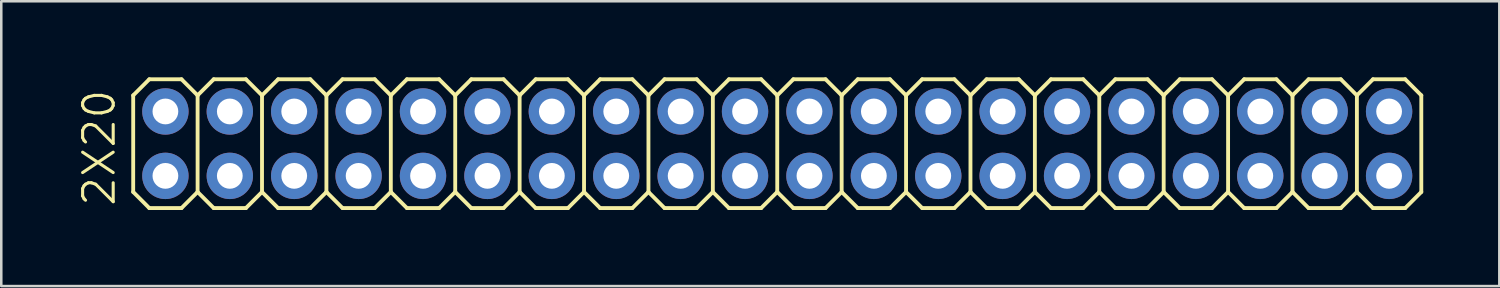
<source format=kicad_pcb>
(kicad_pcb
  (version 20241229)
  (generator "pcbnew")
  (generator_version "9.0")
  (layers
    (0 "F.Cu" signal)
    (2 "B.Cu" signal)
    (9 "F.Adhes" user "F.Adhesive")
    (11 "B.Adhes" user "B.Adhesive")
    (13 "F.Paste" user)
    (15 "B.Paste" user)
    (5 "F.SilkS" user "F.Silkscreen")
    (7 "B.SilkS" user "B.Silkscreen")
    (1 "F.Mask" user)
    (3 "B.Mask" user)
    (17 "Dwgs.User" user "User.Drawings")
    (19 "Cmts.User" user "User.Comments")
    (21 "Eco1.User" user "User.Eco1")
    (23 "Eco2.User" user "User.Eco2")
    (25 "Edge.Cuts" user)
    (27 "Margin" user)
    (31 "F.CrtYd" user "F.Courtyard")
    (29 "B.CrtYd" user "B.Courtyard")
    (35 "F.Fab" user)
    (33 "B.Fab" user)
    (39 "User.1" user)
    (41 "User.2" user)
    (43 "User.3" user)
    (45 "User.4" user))
  (footprint "2X20"
    (layer "F.Cu")
    (at 27.603 2.616)
    (property "Reference" "2X20" (at -26.035 2.54 90) (layer "F.SilkS") (effects (font (size 1.206 1.206) (thickness 0.121)) (justify left bottom)))
    (attr through_hole)
    (fp_line (start -25.4 -1.905) (end -24.765 -2.54) (stroke (width 0.152) (type solid)) (layer "F.SilkS"))
    (fp_line (start -25.4 1.905) (end -25.4 -1.905) (stroke (width 0.152) (type solid)) (layer "F.SilkS"))
    (fp_line (start -25.4 1.905) (end -24.765 2.54) (stroke (width 0.152) (type solid)) (layer "F.SilkS"))
    (fp_line (start -24.765 -2.54) (end -23.495 -2.54) (stroke (width 0.152) (type solid)) (layer "F.SilkS"))
    (fp_line (start -24.765 2.54) (end -23.495 2.54) (stroke (width 0.152) (type solid)) (layer "F.SilkS"))
    (fp_line (start -23.495 -2.54) (end -22.86 -1.905) (stroke (width 0.152) (type solid)) (layer "F.SilkS"))
    (fp_line (start -23.495 2.54) (end -22.86 1.905) (stroke (width 0.152) (type solid)) (layer "F.SilkS"))
    (fp_line (start -22.86 -1.905) (end -22.86 1.905) (stroke (width 0.152) (type solid)) (layer "F.SilkS"))
    (fp_line (start -22.86 -1.905) (end -22.225 -2.54) (stroke (width 0.152) (type solid)) (layer "F.SilkS"))
    (fp_line (start -22.86 1.905) (end -22.225 2.54) (stroke (width 0.152) (type solid)) (layer "F.SilkS"))
    (fp_line (start -22.225 -2.54) (end -20.955 -2.54) (stroke (width 0.152) (type solid)) (layer "F.SilkS"))
    (fp_line (start -22.225 2.54) (end -20.955 2.54) (stroke (width 0.152) (type solid)) (layer "F.SilkS"))
    (fp_line (start -20.955 -2.54) (end -20.32 -1.905) (stroke (width 0.152) (type solid)) (layer "F.SilkS"))
    (fp_line (start -20.955 2.54) (end -20.32 1.905) (stroke (width 0.152) (type solid)) (layer "F.SilkS"))
    (fp_line (start -20.32 -1.905) (end -20.32 1.905) (stroke (width 0.152) (type solid)) (layer "F.SilkS"))
    (fp_line (start -20.32 -1.905) (end -19.685 -2.54) (stroke (width 0.152) (type solid)) (layer "F.SilkS"))
    (fp_line (start -20.32 1.905) (end -19.685 2.54) (stroke (width 0.152) (type solid)) (layer "F.SilkS"))
    (fp_line (start -19.685 -2.54) (end -18.415 -2.54) (stroke (width 0.152) (type solid)) (layer "F.SilkS"))
    (fp_line (start -19.685 2.54) (end -18.415 2.54) (stroke (width 0.152) (type solid)) (layer "F.SilkS"))
    (fp_line (start -18.415 -2.54) (end -17.78 -1.905) (stroke (width 0.152) (type solid)) (layer "F.SilkS"))
    (fp_line (start -18.415 2.54) (end -17.78 1.905) (stroke (width 0.152) (type solid)) (layer "F.SilkS"))
    (fp_line (start -17.78 -1.905) (end -17.78 1.905) (stroke (width 0.152) (type solid)) (layer "F.SilkS"))
    (fp_line (start -17.78 -1.905) (end -17.145 -2.54) (stroke (width 0.152) (type solid)) (layer "F.SilkS"))
    (fp_line (start -17.78 1.905) (end -17.145 2.54) (stroke (width 0.152) (type solid)) (layer "F.SilkS"))
    (fp_line (start -17.145 -2.54) (end -15.875 -2.54) (stroke (width 0.152) (type solid)) (layer "F.SilkS"))
    (fp_line (start -17.145 2.54) (end -15.875 2.54) (stroke (width 0.152) (type solid)) (layer "F.SilkS"))
    (fp_line (start -15.875 -2.54) (end -15.24 -1.905) (stroke (width 0.152) (type solid)) (layer "F.SilkS"))
    (fp_line (start -15.875 2.54) (end -15.24 1.905) (stroke (width 0.152) (type solid)) (layer "F.SilkS"))
    (fp_line (start -15.24 -1.905) (end -15.24 1.905) (stroke (width 0.152) (type solid)) (layer "F.SilkS"))
    (fp_line (start -15.24 -1.905) (end -14.605 -2.54) (stroke (width 0.152) (type solid)) (layer "F.SilkS"))
    (fp_line (start -15.24 1.905) (end -14.605 2.54) (stroke (width 0.152) (type solid)) (layer "F.SilkS"))
    (fp_line (start -14.605 -2.54) (end -13.335 -2.54) (stroke (width 0.152) (type solid)) (layer "F.SilkS"))
    (fp_line (start -14.605 2.54) (end -13.335 2.54) (stroke (width 0.152) (type solid)) (layer "F.SilkS"))
    (fp_line (start -13.335 -2.54) (end -12.7 -1.905) (stroke (width 0.152) (type solid)) (layer "F.SilkS"))
    (fp_line (start -13.335 2.54) (end -12.7 1.905) (stroke (width 0.152) (type solid)) (layer "F.SilkS"))
    (fp_line (start -12.7 -1.905) (end -12.7 1.905) (stroke (width 0.152) (type solid)) (layer "F.SilkS"))
    (fp_line (start -12.7 -1.905) (end -12.065 -2.54) (stroke (width 0.152) (type solid)) (layer "F.SilkS"))
    (fp_line (start -12.7 1.905) (end -12.065 2.54) (stroke (width 0.152) (type solid)) (layer "F.SilkS"))
    (fp_line (start -12.065 -2.54) (end -10.795 -2.54) (stroke (width 0.152) (type solid)) (layer "F.SilkS"))
    (fp_line (start -12.065 2.54) (end -10.795 2.54) (stroke (width 0.152) (type solid)) (layer "F.SilkS"))
    (fp_line (start -10.795 -2.54) (end -10.16 -1.905) (stroke (width 0.152) (type solid)) (layer "F.SilkS"))
    (fp_line (start -10.795 2.54) (end -10.16 1.905) (stroke (width 0.152) (type solid)) (layer "F.SilkS"))
    (fp_line (start -10.16 -1.905) (end -10.16 1.905) (stroke (width 0.152) (type solid)) (layer "F.SilkS"))
    (fp_line (start -10.16 -1.905) (end -9.525 -2.54) (stroke (width 0.152) (type solid)) (layer "F.SilkS"))
    (fp_line (start -10.16 1.905) (end -9.525 2.54) (stroke (width 0.152) (type solid)) (layer "F.SilkS"))
    (fp_line (start -9.525 -2.54) (end -8.255 -2.54) (stroke (width 0.152) (type solid)) (layer "F.SilkS"))
    (fp_line (start -8.255 -2.54) (end -7.62 -1.905) (stroke (width 0.152) (type solid)) (layer "F.SilkS"))
    (fp_line (start -8.255 2.54) (end -9.525 2.54) (stroke (width 0.152) (type solid)) (layer "F.SilkS"))
    (fp_line (start -7.62 -1.905) (end -7.62 1.905) (stroke (width 0.152) (type solid)) (layer "F.SilkS"))
    (fp_line (start -7.62 -1.905) (end -6.985 -2.54) (stroke (width 0.152) (type solid)) (layer "F.SilkS"))
    (fp_line (start -7.62 1.905) (end -8.255 2.54) (stroke (width 0.152) (type solid)) (layer "F.SilkS"))
    (fp_line (start -7.62 1.905) (end -6.985 2.54) (stroke (width 0.152) (type solid)) (layer "F.SilkS"))
    (fp_line (start -6.985 -2.54) (end -5.715 -2.54) (stroke (width 0.152) (type solid)) (layer "F.SilkS"))
    (fp_line (start -5.715 -2.54) (end -5.08 -1.905) (stroke (width 0.152) (type solid)) (layer "F.SilkS"))
    (fp_line (start -5.715 2.54) (end -6.985 2.54) (stroke (width 0.152) (type solid)) (layer "F.SilkS"))
    (fp_line (start -5.08 -1.905) (end -5.08 1.905) (stroke (width 0.152) (type solid)) (layer "F.SilkS"))
    (fp_line (start -5.08 -1.905) (end -4.445 -2.54) (stroke (width 0.152) (type solid)) (layer "F.SilkS"))
    (fp_line (start -5.08 1.905) (end -5.715 2.54) (stroke (width 0.152) (type solid)) (layer "F.SilkS"))
    (fp_line (start -5.08 1.905) (end -4.445 2.54) (stroke (width 0.152) (type solid)) (layer "F.SilkS"))
    (fp_line (start -4.445 -2.54) (end -3.175 -2.54) (stroke (width 0.152) (type solid)) (layer "F.SilkS"))
    (fp_line (start -3.175 -2.54) (end -2.54 -1.905) (stroke (width 0.152) (type solid)) (layer "F.SilkS"))
    (fp_line (start -3.175 2.54) (end -4.445 2.54) (stroke (width 0.152) (type solid)) (layer "F.SilkS"))
    (fp_line (start -2.54 -1.905) (end -2.54 1.905) (stroke (width 0.152) (type solid)) (layer "F.SilkS"))
    (fp_line (start -2.54 -1.905) (end -1.905 -2.54) (stroke (width 0.152) (type solid)) (layer "F.SilkS"))
    (fp_line (start -2.54 1.905) (end -3.175 2.54) (stroke (width 0.152) (type solid)) (layer "F.SilkS"))
    (fp_line (start -2.54 1.905) (end -1.905 2.54) (stroke (width 0.152) (type solid)) (layer "F.SilkS"))
    (fp_line (start -1.905 -2.54) (end -0.635 -2.54) (stroke (width 0.152) (type solid)) (layer "F.SilkS"))
    (fp_line (start -0.635 -2.54) (end 0 -1.905) (stroke (width 0.152) (type solid)) (layer "F.SilkS"))
    (fp_line (start -0.635 2.54) (end -1.905 2.54) (stroke (width 0.152) (type solid)) (layer "F.SilkS"))
    (fp_line (start 0 -1.905) (end 0 1.905) (stroke (width 0.152) (type solid)) (layer "F.SilkS"))
    (fp_line (start 0 -1.905) (end 0.635 -2.54) (stroke (width 0.152) (type solid)) (layer "F.SilkS"))
    (fp_line (start 0 1.905) (end -0.635 2.54) (stroke (width 0.152) (type solid)) (layer "F.SilkS"))
    (fp_line (start 0 1.905) (end 0.635 2.54) (stroke (width 0.152) (type solid)) (layer "F.SilkS"))
    (fp_line (start 0.635 -2.54) (end 1.905 -2.54) (stroke (width 0.152) (type solid)) (layer "F.SilkS"))
    (fp_line (start 1.905 -2.54) (end 2.54 -1.905) (stroke (width 0.152) (type solid)) (layer "F.SilkS"))
    (fp_line (start 1.905 2.54) (end 0.635 2.54) (stroke (width 0.152) (type solid)) (layer "F.SilkS"))
    (fp_line (start 2.54 -1.905) (end 2.54 1.905) (stroke (width 0.152) (type solid)) (layer "F.SilkS"))
    (fp_line (start 2.54 -1.905) (end 3.175 -2.54) (stroke (width 0.152) (type solid)) (layer "F.SilkS"))
    (fp_line (start 2.54 1.905) (end 1.905 2.54) (stroke (width 0.152) (type solid)) (layer "F.SilkS"))
    (fp_line (start 2.54 1.905) (end 3.175 2.54) (stroke (width 0.152) (type solid)) (layer "F.SilkS"))
    (fp_line (start 3.175 -2.54) (end 4.445 -2.54) (stroke (width 0.152) (type solid)) (layer "F.SilkS"))
    (fp_line (start 4.445 2.54) (end 3.175 2.54) (stroke (width 0.152) (type solid)) (layer "F.SilkS"))
    (fp_line (start 5.08 -1.905) (end 4.445 -2.54) (stroke (width 0.152) (type solid)) (layer "F.SilkS"))
    (fp_line (start 5.08 -1.905) (end 5.08 1.905) (stroke (width 0.152) (type solid)) (layer "F.SilkS"))
    (fp_line (start 5.08 -1.905) (end 5.715 -2.54) (stroke (width 0.152) (type solid)) (layer "F.SilkS"))
    (fp_line (start 5.08 1.905) (end 4.445 2.54) (stroke (width 0.152) (type solid)) (layer "F.SilkS"))
    (fp_line (start 5.08 1.905) (end 5.715 2.54) (stroke (width 0.152) (type solid)) (layer "F.SilkS"))
    (fp_line (start 6.985 -2.54) (end 5.715 -2.54) (stroke (width 0.152) (type solid)) (layer "F.SilkS"))
    (fp_line (start 6.985 -2.54) (end 7.62 -1.905) (stroke (width 0.152) (type solid)) (layer "F.SilkS"))
    (fp_line (start 6.985 2.54) (end 5.715 2.54) (stroke (width 0.152) (type solid)) (layer "F.SilkS"))
    (fp_line (start 7.62 -1.905) (end 7.62 1.905) (stroke (width 0.152) (type solid)) (layer "F.SilkS"))
    (fp_line (start 7.62 -1.905) (end 8.255 -2.54) (stroke (width 0.152) (type solid)) (layer "F.SilkS"))
    (fp_line (start 7.62 1.905) (end 6.985 2.54) (stroke (width 0.152) (type solid)) (layer "F.SilkS"))
    (fp_line (start 7.62 1.905) (end 8.255 2.54) (stroke (width 0.152) (type solid)) (layer "F.SilkS"))
    (fp_line (start 9.525 -2.54) (end 8.255 -2.54) (stroke (width 0.152) (type solid)) (layer "F.SilkS"))
    (fp_line (start 9.525 -2.54) (end 10.16 -1.905) (stroke (width 0.152) (type solid)) (layer "F.SilkS"))
    (fp_line (start 9.525 2.54) (end 8.255 2.54) (stroke (width 0.152) (type solid)) (layer "F.SilkS"))
    (fp_line (start 10.16 -1.905) (end 10.16 1.905) (stroke (width 0.152) (type solid)) (layer "F.SilkS"))
    (fp_line (start 10.16 -1.905) (end 10.795 -2.54) (stroke (width 0.152) (type solid)) (layer "F.SilkS"))
    (fp_line (start 10.16 1.905) (end 9.525 2.54) (stroke (width 0.152) (type solid)) (layer "F.SilkS"))
    (fp_line (start 10.795 2.54) (end 10.16 1.905) (stroke (width 0.152) (type solid)) (layer "F.SilkS"))
    (fp_line (start 10.795 2.54) (end 12.065 2.54) (stroke (width 0.152) (type solid)) (layer "F.SilkS"))
    (fp_line (start 12.065 -2.54) (end 10.795 -2.54) (stroke (width 0.152) (type solid)) (layer "F.SilkS"))
    (fp_line (start 12.065 -2.54) (end 12.7 -1.905) (stroke (width 0.152) (type solid)) (layer "F.SilkS"))
    (fp_line (start 12.7 -1.905) (end 12.7 1.905) (stroke (width 0.152) (type solid)) (layer "F.SilkS"))
    (fp_line (start 12.7 -1.905) (end 13.335 -2.54) (stroke (width 0.152) (type solid)) (layer "F.SilkS"))
    (fp_line (start 12.7 1.905) (end 12.065 2.54) (stroke (width 0.152) (type solid)) (layer "F.SilkS"))
    (fp_line (start 13.335 2.54) (end 12.7 1.905) (stroke (width 0.152) (type solid)) (layer "F.SilkS"))
    (fp_line (start 13.335 2.54) (end 14.605 2.54) (stroke (width 0.152) (type solid)) (layer "F.SilkS"))
    (fp_line (start 14.605 -2.54) (end 13.335 -2.54) (stroke (width 0.152) (type solid)) (layer "F.SilkS"))
    (fp_line (start 14.605 -2.54) (end 15.24 -1.905) (stroke (width 0.152) (type solid)) (layer "F.SilkS"))
    (fp_line (start 15.24 -1.905) (end 15.24 1.905) (stroke (width 0.152) (type solid)) (layer "F.SilkS"))
    (fp_line (start 15.24 -1.905) (end 15.875 -2.54) (stroke (width 0.152) (type solid)) (layer "F.SilkS"))
    (fp_line (start 15.24 1.905) (end 14.605 2.54) (stroke (width 0.152) (type solid)) (layer "F.SilkS"))
    (fp_line (start 15.24 1.905) (end 15.875 2.54) (stroke (width 0.152) (type solid)) (layer "F.SilkS"))
    (fp_line (start 17.145 -2.54) (end 15.875 -2.54) (stroke (width 0.152) (type solid)) (layer "F.SilkS"))
    (fp_line (start 17.145 -2.54) (end 17.78 -1.905) (stroke (width 0.152) (type solid)) (layer "F.SilkS"))
    (fp_line (start 17.145 2.54) (end 15.875 2.54) (stroke (width 0.152) (type solid)) (layer "F.SilkS"))
    (fp_line (start 17.78 -1.905) (end 17.78 1.905) (stroke (width 0.152) (type solid)) (layer "F.SilkS"))
    (fp_line (start 17.78 -1.905) (end 18.415 -2.54) (stroke (width 0.152) (type solid)) (layer "F.SilkS"))
    (fp_line (start 17.78 1.905) (end 17.145 2.54) (stroke (width 0.152) (type solid)) (layer "F.SilkS"))
    (fp_line (start 17.78 1.905) (end 18.415 2.54) (stroke (width 0.152) (type solid)) (layer "F.SilkS"))
    (fp_line (start 19.685 -2.54) (end 18.415 -2.54) (stroke (width 0.152) (type solid)) (layer "F.SilkS"))
    (fp_line (start 19.685 -2.54) (end 20.32 -1.905) (stroke (width 0.152) (type solid)) (layer "F.SilkS"))
    (fp_line (start 19.685 2.54) (end 18.415 2.54) (stroke (width 0.152) (type solid)) (layer "F.SilkS"))
    (fp_line (start 20.32 -1.905) (end 20.32 1.905) (stroke (width 0.152) (type solid)) (layer "F.SilkS"))
    (fp_line (start 20.32 -1.905) (end 20.955 -2.54) (stroke (width 0.152) (type solid)) (layer "F.SilkS"))
    (fp_line (start 20.32 1.905) (end 19.685 2.54) (stroke (width 0.152) (type solid)) (layer "F.SilkS"))
    (fp_line (start 20.32 1.905) (end 20.955 2.54) (stroke (width 0.152) (type solid)) (layer "F.SilkS"))
    (fp_line (start 22.225 -2.54) (end 20.955 -2.54) (stroke (width 0.152) (type solid)) (layer "F.SilkS"))
    (fp_line (start 22.225 -2.54) (end 22.86 -1.905) (stroke (width 0.152) (type solid)) (layer "F.SilkS"))
    (fp_line (start 22.225 2.54) (end 20.955 2.54) (stroke (width 0.152) (type solid)) (layer "F.SilkS"))
    (fp_line (start 22.86 -1.905) (end 22.86 1.905) (stroke (width 0.152) (type solid)) (layer "F.SilkS"))
    (fp_line (start 22.86 -1.905) (end 23.495 -2.54) (stroke (width 0.152) (type solid)) (layer "F.SilkS"))
    (fp_line (start 22.86 1.905) (end 22.225 2.54) (stroke (width 0.152) (type solid)) (layer "F.SilkS"))
    (fp_line (start 22.86 1.905) (end 23.495 2.54) (stroke (width 0.152) (type solid)) (layer "F.SilkS"))
    (fp_line (start 24.765 -2.54) (end 23.495 -2.54) (stroke (width 0.152) (type solid)) (layer "F.SilkS"))
    (fp_line (start 24.765 -2.54) (end 25.4 -1.905) (stroke (width 0.152) (type solid)) (layer "F.SilkS"))
    (fp_line (start 24.765 2.54) (end 23.495 2.54) (stroke (width 0.152) (type solid)) (layer "F.SilkS"))
    (fp_line (start 25.4 -1.905) (end 25.4 1.905) (stroke (width 0.152) (type solid)) (layer "F.SilkS"))
    (fp_line (start 25.4 1.905) (end 24.765 2.54) (stroke (width 0.152) (type solid)) (layer "F.SilkS"))
    (fp_poly (pts (xy -24.384 -1.016) (xy -23.876 -1.016) (xy -23.876 -1.524) (xy -24.384 -1.524)) (stroke (width 0.1) (type solid)) (fill no) (layer "F.Fab"))
    (fp_poly (pts (xy -24.384 1.524) (xy -23.876 1.524) (xy -23.876 1.016) (xy -24.384 1.016)) (stroke (width 0.1) (type solid)) (fill no) (layer "F.Fab"))
    (fp_poly (pts (xy -21.844 -1.016) (xy -21.336 -1.016) (xy -21.336 -1.524) (xy -21.844 -1.524)) (stroke (width 0.1) (type solid)) (fill no) (layer "F.Fab"))
    (fp_poly (pts (xy -21.844 1.524) (xy -21.336 1.524) (xy -21.336 1.016) (xy -21.844 1.016)) (stroke (width 0.1) (type solid)) (fill no) (layer "F.Fab"))
    (fp_poly (pts (xy -19.304 -1.016) (xy -18.796 -1.016) (xy -18.796 -1.524) (xy -19.304 -1.524)) (stroke (width 0.1) (type solid)) (fill no) (layer "F.Fab"))
    (fp_poly (pts (xy -19.304 1.524) (xy -18.796 1.524) (xy -18.796 1.016) (xy -19.304 1.016)) (stroke (width 0.1) (type solid)) (fill no) (layer "F.Fab"))
    (fp_poly (pts (xy -16.764 -1.016) (xy -16.256 -1.016) (xy -16.256 -1.524) (xy -16.764 -1.524)) (stroke (width 0.1) (type solid)) (fill no) (layer "F.Fab"))
    (fp_poly (pts (xy -16.764 1.524) (xy -16.256 1.524) (xy -16.256 1.016) (xy -16.764 1.016)) (stroke (width 0.1) (type solid)) (fill no) (layer "F.Fab"))
    (fp_poly (pts (xy -14.224 -1.016) (xy -13.716 -1.016) (xy -13.716 -1.524) (xy -14.224 -1.524)) (stroke (width 0.1) (type solid)) (fill no) (layer "F.Fab"))
    (fp_poly (pts (xy -14.224 1.524) (xy -13.716 1.524) (xy -13.716 1.016) (xy -14.224 1.016)) (stroke (width 0.1) (type solid)) (fill no) (layer "F.Fab"))
    (fp_poly (pts (xy -11.684 -1.016) (xy -11.176 -1.016) (xy -11.176 -1.524) (xy -11.684 -1.524)) (stroke (width 0.1) (type solid)) (fill no) (layer "F.Fab"))
    (fp_poly (pts (xy -11.684 1.524) (xy -11.176 1.524) (xy -11.176 1.016) (xy -11.684 1.016)) (stroke (width 0.1) (type solid)) (fill no) (layer "F.Fab"))
    (fp_poly (pts (xy -9.144 -1.016) (xy -8.636 -1.016) (xy -8.636 -1.524) (xy -9.144 -1.524)) (stroke (width 0.1) (type solid)) (fill no) (layer "F.Fab"))
    (fp_poly (pts (xy -9.144 1.524) (xy -8.636 1.524) (xy -8.636 1.016) (xy -9.144 1.016)) (stroke (width 0.1) (type solid)) (fill no) (layer "F.Fab"))
    (fp_poly (pts (xy -6.604 -1.016) (xy -6.096 -1.016) (xy -6.096 -1.524) (xy -6.604 -1.524)) (stroke (width 0.1) (type solid)) (fill no) (layer "F.Fab"))
    (fp_poly (pts (xy -6.604 1.524) (xy -6.096 1.524) (xy -6.096 1.016) (xy -6.604 1.016)) (stroke (width 0.1) (type solid)) (fill no) (layer "F.Fab"))
    (fp_poly (pts (xy -4.064 -1.016) (xy -3.556 -1.016) (xy -3.556 -1.524) (xy -4.064 -1.524)) (stroke (width 0.1) (type solid)) (fill no) (layer "F.Fab"))
    (fp_poly (pts (xy -4.064 1.524) (xy -3.556 1.524) (xy -3.556 1.016) (xy -4.064 1.016)) (stroke (width 0.1) (type solid)) (fill no) (layer "F.Fab"))
    (fp_poly (pts (xy -1.524 -1.016) (xy -1.016 -1.016) (xy -1.016 -1.524) (xy -1.524 -1.524)) (stroke (width 0.1) (type solid)) (fill no) (layer "F.Fab"))
    (fp_poly (pts (xy -1.524 1.524) (xy -1.016 1.524) (xy -1.016 1.016) (xy -1.524 1.016)) (stroke (width 0.1) (type solid)) (fill no) (layer "F.Fab"))
    (fp_poly (pts (xy 1.016 -1.016) (xy 1.524 -1.016) (xy 1.524 -1.524) (xy 1.016 -1.524)) (stroke (width 0.1) (type solid)) (fill no) (layer "F.Fab"))
    (fp_poly (pts (xy 1.016 1.524) (xy 1.524 1.524) (xy 1.524 1.016) (xy 1.016 1.016)) (stroke (width 0.1) (type solid)) (fill no) (layer "F.Fab"))
    (fp_poly (pts (xy 3.556 -1.016) (xy 4.064 -1.016) (xy 4.064 -1.524) (xy 3.556 -1.524)) (stroke (width 0.1) (type solid)) (fill no) (layer "F.Fab"))
    (fp_poly (pts (xy 3.556 1.524) (xy 4.064 1.524) (xy 4.064 1.016) (xy 3.556 1.016)) (stroke (width 0.1) (type solid)) (fill no) (layer "F.Fab"))
    (fp_poly (pts (xy 6.096 -1.016) (xy 6.604 -1.016) (xy 6.604 -1.524) (xy 6.096 -1.524)) (stroke (width 0.1) (type solid)) (fill no) (layer "F.Fab"))
    (fp_poly (pts (xy 6.096 1.524) (xy 6.604 1.524) (xy 6.604 1.016) (xy 6.096 1.016)) (stroke (width 0.1) (type solid)) (fill no) (layer "F.Fab"))
    (fp_poly (pts (xy 8.636 -1.016) (xy 9.144 -1.016) (xy 9.144 -1.524) (xy 8.636 -1.524)) (stroke (width 0.1) (type solid)) (fill no) (layer "F.Fab"))
    (fp_poly (pts (xy 8.636 1.524) (xy 9.144 1.524) (xy 9.144 1.016) (xy 8.636 1.016)) (stroke (width 0.1) (type solid)) (fill no) (layer "F.Fab"))
    (fp_poly (pts (xy 11.176 -1.016) (xy 11.684 -1.016) (xy 11.684 -1.524) (xy 11.176 -1.524)) (stroke (width 0.1) (type solid)) (fill no) (layer "F.Fab"))
    (fp_poly (pts (xy 11.176 1.524) (xy 11.684 1.524) (xy 11.684 1.016) (xy 11.176 1.016)) (stroke (width 0.1) (type solid)) (fill no) (layer "F.Fab"))
    (fp_poly (pts (xy 13.716 -1.016) (xy 14.224 -1.016) (xy 14.224 -1.524) (xy 13.716 -1.524)) (stroke (width 0.1) (type solid)) (fill no) (layer "F.Fab"))
    (fp_poly (pts (xy 13.716 1.524) (xy 14.224 1.524) (xy 14.224 1.016) (xy 13.716 1.016)) (stroke (width 0.1) (type solid)) (fill no) (layer "F.Fab"))
    (fp_poly (pts (xy 16.256 -1.016) (xy 16.764 -1.016) (xy 16.764 -1.524) (xy 16.256 -1.524)) (stroke (width 0.1) (type solid)) (fill no) (layer "F.Fab"))
    (fp_poly (pts (xy 16.256 1.524) (xy 16.764 1.524) (xy 16.764 1.016) (xy 16.256 1.016)) (stroke (width 0.1) (type solid)) (fill no) (layer "F.Fab"))
    (fp_poly (pts (xy 18.796 -1.016) (xy 19.304 -1.016) (xy 19.304 -1.524) (xy 18.796 -1.524)) (stroke (width 0.1) (type solid)) (fill no) (layer "F.Fab"))
    (fp_poly (pts (xy 18.796 1.524) (xy 19.304 1.524) (xy 19.304 1.016) (xy 18.796 1.016)) (stroke (width 0.1) (type solid)) (fill no) (layer "F.Fab"))
    (fp_poly (pts (xy 21.336 -1.016) (xy 21.844 -1.016) (xy 21.844 -1.524) (xy 21.336 -1.524)) (stroke (width 0.1) (type solid)) (fill no) (layer "F.Fab"))
    (fp_poly (pts (xy 21.336 1.524) (xy 21.844 1.524) (xy 21.844 1.016) (xy 21.336 1.016)) (stroke (width 0.1) (type solid)) (fill no) (layer "F.Fab"))
    (fp_poly (pts (xy 23.876 -1.016) (xy 24.384 -1.016) (xy 24.384 -1.524) (xy 23.876 -1.524)) (stroke (width 0.1) (type solid)) (fill no) (layer "F.Fab"))
    (fp_poly (pts (xy 23.876 1.524) (xy 24.384 1.524) (xy 24.384 1.016) (xy 23.876 1.016)) (stroke (width 0.1) (type solid)) (fill no) (layer "F.Fab"))
    (pad "1" thru_hole circle (at -24.13 1.27) (size 1.829 1.829) (drill 1.016) (layers "*.Cu" "*.Mask"))
    (pad "2" thru_hole circle (at -24.13 -1.27) (size 1.829 1.829) (drill 1.016) (layers "*.Cu" "*.Mask"))
    (pad "3" thru_hole circle (at -21.59 1.27) (size 1.829 1.829) (drill 1.016) (layers "*.Cu" "*.Mask"))
    (pad "4" thru_hole circle (at -21.59 -1.27) (size 1.829 1.829) (drill 1.016) (layers "*.Cu" "*.Mask"))
    (pad "5" thru_hole circle (at -19.05 1.27) (size 1.829 1.829) (drill 1.016) (layers "*.Cu" "*.Mask"))
    (pad "6" thru_hole circle (at -19.05 -1.27) (size 1.829 1.829) (drill 1.016) (layers "*.Cu" "*.Mask"))
    (pad "7" thru_hole circle (at -16.51 1.27) (size 1.829 1.829) (drill 1.016) (layers "*.Cu" "*.Mask"))
    (pad "8" thru_hole circle (at -16.51 -1.27) (size 1.829 1.829) (drill 1.016) (layers "*.Cu" "*.Mask"))
    (pad "9" thru_hole circle (at -13.97 1.27) (size 1.829 1.829) (drill 1.016) (layers "*.Cu" "*.Mask"))
    (pad "10" thru_hole circle (at -13.97 -1.27) (size 1.829 1.829) (drill 1.016) (layers "*.Cu" "*.Mask"))
    (pad "11" thru_hole circle (at -11.43 1.27) (size 1.829 1.829) (drill 1.016) (layers "*.Cu" "*.Mask"))
    (pad "12" thru_hole circle (at -11.43 -1.27) (size 1.829 1.829) (drill 1.016) (layers "*.Cu" "*.Mask"))
    (pad "13" thru_hole circle (at -8.89 1.27) (size 1.829 1.829) (drill 1.016) (layers "*.Cu" "*.Mask"))
    (pad "14" thru_hole circle (at -8.89 -1.27) (size 1.829 1.829) (drill 1.016) (layers "*.Cu" "*.Mask"))
    (pad "15" thru_hole circle (at -6.35 1.27) (size 1.829 1.829) (drill 1.016) (layers "*.Cu" "*.Mask"))
    (pad "16" thru_hole circle (at -6.35 -1.27) (size 1.829 1.829) (drill 1.016) (layers "*.Cu" "*.Mask"))
    (pad "17" thru_hole circle (at -3.81 1.27) (size 1.829 1.829) (drill 1.016) (layers "*.Cu" "*.Mask"))
    (pad "18" thru_hole circle (at -3.81 -1.27) (size 1.829 1.829) (drill 1.016) (layers "*.Cu" "*.Mask"))
    (pad "19" thru_hole circle (at -1.27 1.27) (size 1.829 1.829) (drill 1.016) (layers "*.Cu" "*.Mask"))
    (pad "20" thru_hole circle (at -1.27 -1.27) (size 1.829 1.829) (drill 1.016) (layers "*.Cu" "*.Mask"))
    (pad "21" thru_hole circle (at 1.27 1.27) (size 1.829 1.829) (drill 1.016) (layers "*.Cu" "*.Mask"))
    (pad "22" thru_hole circle (at 1.27 -1.27) (size 1.829 1.829) (drill 1.016) (layers "*.Cu" "*.Mask"))
    (pad "23" thru_hole circle (at 3.81 1.27) (size 1.829 1.829) (drill 1.016) (layers "*.Cu" "*.Mask"))
    (pad "24" thru_hole circle (at 3.81 -1.27) (size 1.829 1.829) (drill 1.016) (layers "*.Cu" "*.Mask"))
    (pad "25" thru_hole circle (at 6.35 1.27) (size 1.829 1.829) (drill 1.016) (layers "*.Cu" "*.Mask"))
    (pad "26" thru_hole circle (at 6.35 -1.27) (size 1.829 1.829) (drill 1.016) (layers "*.Cu" "*.Mask"))
    (pad "27" thru_hole circle (at 8.89 1.27) (size 1.829 1.829) (drill 1.016) (layers "*.Cu" "*.Mask"))
    (pad "28" thru_hole circle (at 8.89 -1.27) (size 1.829 1.829) (drill 1.016) (layers "*.Cu" "*.Mask"))
    (pad "29" thru_hole circle (at 11.43 1.27) (size 1.829 1.829) (drill 1.016) (layers "*.Cu" "*.Mask"))
    (pad "30" thru_hole circle (at 11.43 -1.27) (size 1.829 1.829) (drill 1.016) (layers "*.Cu" "*.Mask"))
    (pad "31" thru_hole circle (at 13.97 1.27) (size 1.829 1.829) (drill 1.016) (layers "*.Cu" "*.Mask"))
    (pad "32" thru_hole circle (at 13.97 -1.27) (size 1.829 1.829) (drill 1.016) (layers "*.Cu" "*.Mask"))
    (pad "33" thru_hole circle (at 16.51 1.27) (size 1.829 1.829) (drill 1.016) (layers "*.Cu" "*.Mask"))
    (pad "34" thru_hole circle (at 16.51 -1.27) (size 1.829 1.829) (drill 1.016) (layers "*.Cu" "*.Mask"))
    (pad "35" thru_hole circle (at 19.05 1.27) (size 1.829 1.829) (drill 1.016) (layers "*.Cu" "*.Mask"))
    (pad "36" thru_hole circle (at 19.05 -1.27) (size 1.829 1.829) (drill 1.016) (layers "*.Cu" "*.Mask"))
    (pad "37" thru_hole circle (at 21.59 1.27) (size 1.829 1.829) (drill 1.016) (layers "*.Cu" "*.Mask"))
    (pad "38" thru_hole circle (at 21.59 -1.27) (size 1.829 1.829) (drill 1.016) (layers "*.Cu" "*.Mask"))
    (pad "39" thru_hole circle (at 24.13 1.27) (size 1.829 1.829) (drill 1.016) (layers "*.Cu" "*.Mask"))
    (pad "40" thru_hole circle (at 24.13 -1.27) (size 1.829 1.829) (drill 1.016) (layers "*.Cu" "*.Mask")))
  (gr_rect
    (start -3 -3)
    (end 56.08 8.232)
    (stroke (width 0.1) (type default))
    (fill no)
    (layer "Edge.Cuts")))
</source>
